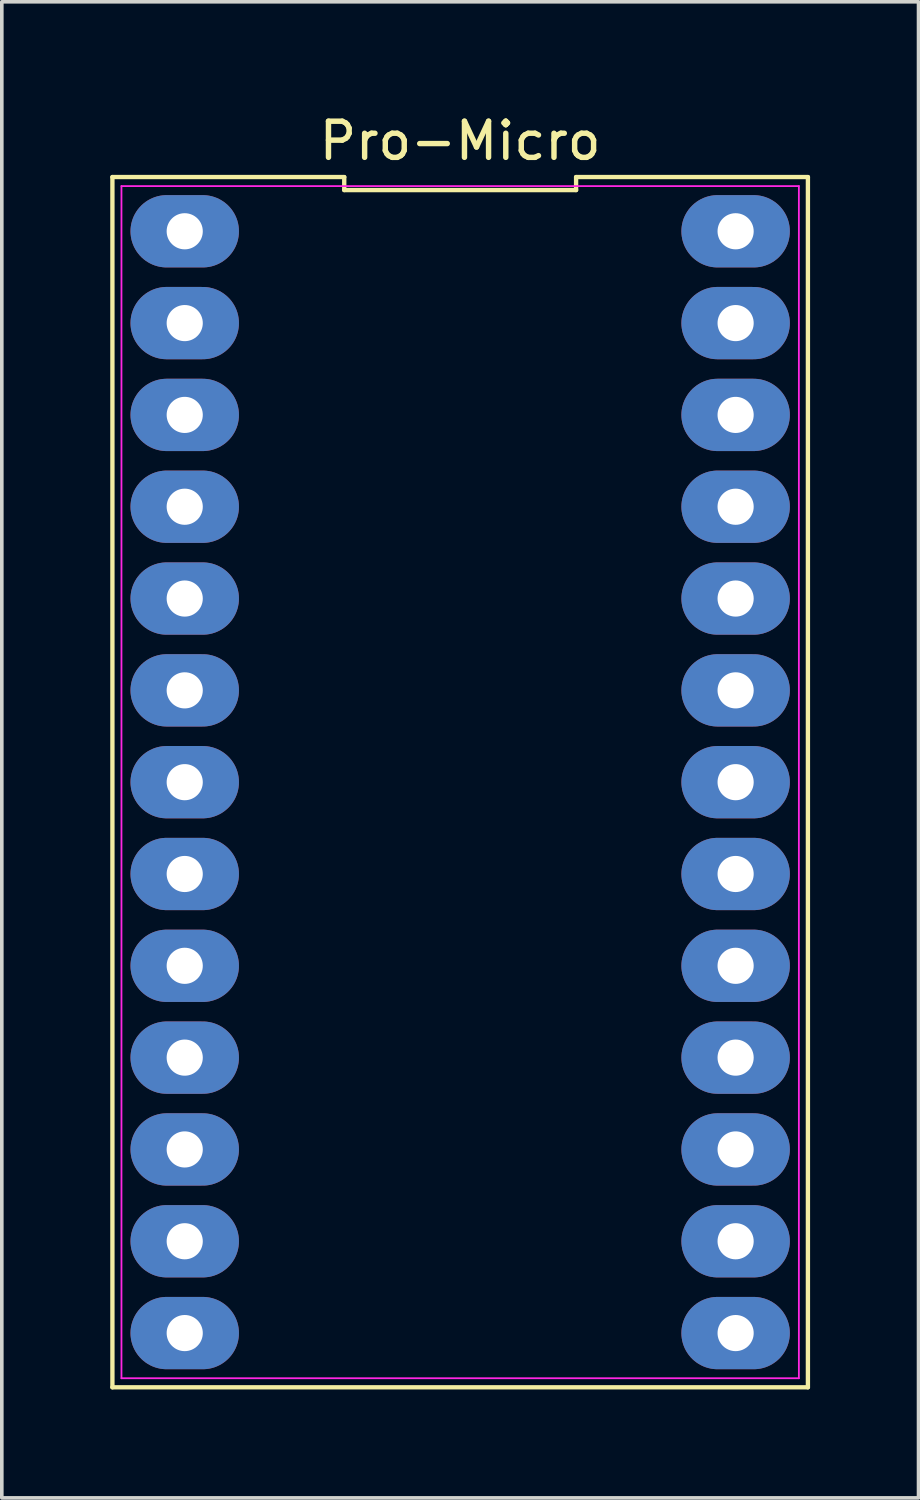
<source format=kicad_pcb>
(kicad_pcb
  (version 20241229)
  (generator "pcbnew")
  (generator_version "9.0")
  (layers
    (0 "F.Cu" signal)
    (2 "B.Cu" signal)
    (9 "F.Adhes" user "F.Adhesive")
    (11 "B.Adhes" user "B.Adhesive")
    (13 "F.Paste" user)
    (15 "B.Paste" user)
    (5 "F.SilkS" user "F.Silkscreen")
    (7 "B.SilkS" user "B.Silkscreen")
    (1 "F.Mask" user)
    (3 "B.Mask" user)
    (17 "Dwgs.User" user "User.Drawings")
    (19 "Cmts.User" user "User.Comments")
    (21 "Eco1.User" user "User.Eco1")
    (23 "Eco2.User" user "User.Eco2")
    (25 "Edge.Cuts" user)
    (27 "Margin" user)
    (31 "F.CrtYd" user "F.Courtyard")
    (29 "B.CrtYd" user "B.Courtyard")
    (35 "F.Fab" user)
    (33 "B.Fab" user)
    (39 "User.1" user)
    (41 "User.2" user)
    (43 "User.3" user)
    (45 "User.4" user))
  (footprint "Pro-Micro"
    (layer "F.Cu")
    (at 10.48 17.788)
    (property "Reference" "Pro-Micro" (at -0.8 -16.94 0) (layer "F.SilkS") (effects (font (size 1 1) (thickness 0.15))))
    (fp_line (start -10.42 17.54) (end 8.82 17.54) (stroke (width 0.12) (type default)) (layer "F.SilkS"))
    (fp_line (start -10.42 -15.94) (end -10.42 17.54) (stroke (width 0.12) (type default)) (layer "F.SilkS"))
    (fp_line (start -4.007 -15.94) (end -10.42 -15.94) (stroke (width 0.12) (type default)) (layer "F.SilkS"))
    (fp_line (start -4.007 -15.58) (end -4.007 -15.94) (stroke (width 0.12) (type default)) (layer "F.SilkS"))
    (fp_line (start 2.407 -15.94) (end 2.407 -15.58) (stroke (width 0.12) (type default)) (layer "F.SilkS"))
    (fp_line (start 2.407 -15.58) (end -4.007 -15.58) (stroke (width 0.12) (type default)) (layer "F.SilkS"))
    (fp_line (start 8.82 17.54) (end 8.82 -15.94) (stroke (width 0.12) (type default)) (layer "F.SilkS"))
    (fp_line (start 8.82 -15.94) (end 2.407 -15.94) (stroke (width 0.12) (type default)) (layer "F.SilkS"))
    (fp_line (start -10.17 -15.69) (end 8.57 -15.69) (stroke (width 0.05) (type default)) (layer "F.CrtYd"))
    (fp_line (start -10.17 17.29) (end -10.17 -15.69) (stroke (width 0.05) (type default)) (layer "F.CrtYd"))
    (fp_line (start 8.57 -15.69) (end 8.57 17.29) (stroke (width 0.05) (type default)) (layer "F.CrtYd"))
    (fp_line (start 8.57 17.29) (end -10.17 17.29) (stroke (width 0.05) (type default)) (layer "F.CrtYd"))
    (pad "1" thru_hole oval (at -8.42 -14.44 270) (size 2 3) (drill 1) (layers "*.Cu" "*.Mask"))
    (pad "2" thru_hole oval (at -8.42 -11.9 270) (size 2 3) (drill 1) (layers "*.Cu" "*.Mask"))
    (pad "3" thru_hole oval (at -8.42 -9.36 270) (size 2 3) (drill 1) (layers "*.Cu" "*.Mask"))
    (pad "4" thru_hole oval (at -8.42 -6.82 270) (size 2 3) (drill 1) (layers "*.Cu" "*.Mask"))
    (pad "5" thru_hole oval (at -8.42 -4.28 270) (size 2 3) (drill 1) (layers "*.Cu" "*.Mask"))
    (pad "6" thru_hole oval (at -8.42 -1.74 270) (size 2 3) (drill 1) (layers "*.Cu" "*.Mask"))
    (pad "7" thru_hole oval (at -8.42 0.8 270) (size 2 3) (drill 1) (layers "*.Cu" "*.Mask"))
    (pad "8" thru_hole oval (at -8.42 3.34 270) (size 2 3) (drill 1) (layers "*.Cu" "*.Mask"))
    (pad "9" thru_hole oval (at -8.42 5.88 270) (size 2 3) (drill 1) (layers "*.Cu" "*.Mask"))
    (pad "10" thru_hole oval (at -8.42 8.42 270) (size 2 3) (drill 1) (layers "*.Cu" "*.Mask"))
    (pad "11" thru_hole oval (at -8.42 10.96 270) (size 2 3) (drill 1) (layers "*.Cu" "*.Mask"))
    (pad "12" thru_hole oval (at -8.42 13.5 270) (size 2 3) (drill 1) (layers "*.Cu" "*.Mask"))
    (pad "13" thru_hole oval (at -8.42 16.04 270) (size 2 3) (drill 1) (layers "*.Cu" "*.Mask"))
    (pad "14" thru_hole oval (at 6.82 16.04 270) (size 2 3) (drill 1) (layers "*.Cu" "*.Mask"))
    (pad "15" thru_hole oval (at 6.82 13.5 270) (size 2 3) (drill 1) (layers "*.Cu" "*.Mask"))
    (pad "16" thru_hole oval (at 6.82 10.96 270) (size 2 3) (drill 1) (layers "*.Cu" "*.Mask"))
    (pad "17" thru_hole oval (at 6.82 8.42 270) (size 2 3) (drill 1) (layers "*.Cu" "*.Mask"))
    (pad "18" thru_hole oval (at 6.82 5.88 270) (size 2 3) (drill 1) (layers "*.Cu" "*.Mask"))
    (pad "19" thru_hole oval (at 6.82 3.34 270) (size 2 3) (drill 1) (layers "*.Cu" "*.Mask"))
    (pad "20" thru_hole oval (at 6.82 0.8 270) (size 2 3) (drill 1) (layers "*.Cu" "*.Mask"))
    (pad "21" thru_hole oval (at 6.82 -1.74 270) (size 2 3) (drill 1) (layers "*.Cu" "*.Mask"))
    (pad "22" thru_hole oval (at 6.82 -4.28 270) (size 2 3) (drill 1) (layers "*.Cu" "*.Mask"))
    (pad "23" thru_hole oval (at 6.82 -6.82 270) (size 2 3) (drill 1) (layers "*.Cu" "*.Mask"))
    (pad "24" thru_hole oval (at 6.82 -9.36 270) (size 2 3) (drill 1) (layers "*.Cu" "*.Mask"))
    (pad "25" thru_hole oval (at 6.82 -11.9 270) (size 2 3) (drill 1) (layers "*.Cu" "*.Mask"))
    (pad "26" thru_hole oval (at 6.82 -14.44 270) (size 2 3) (drill 1) (layers "*.Cu" "*.Mask")))
  (gr_rect
    (start -3 -3)
    (end 22.36 38.388)
    (stroke (width 0.1) (type default))
    (fill no)
    (layer "Edge.Cuts")))
</source>
